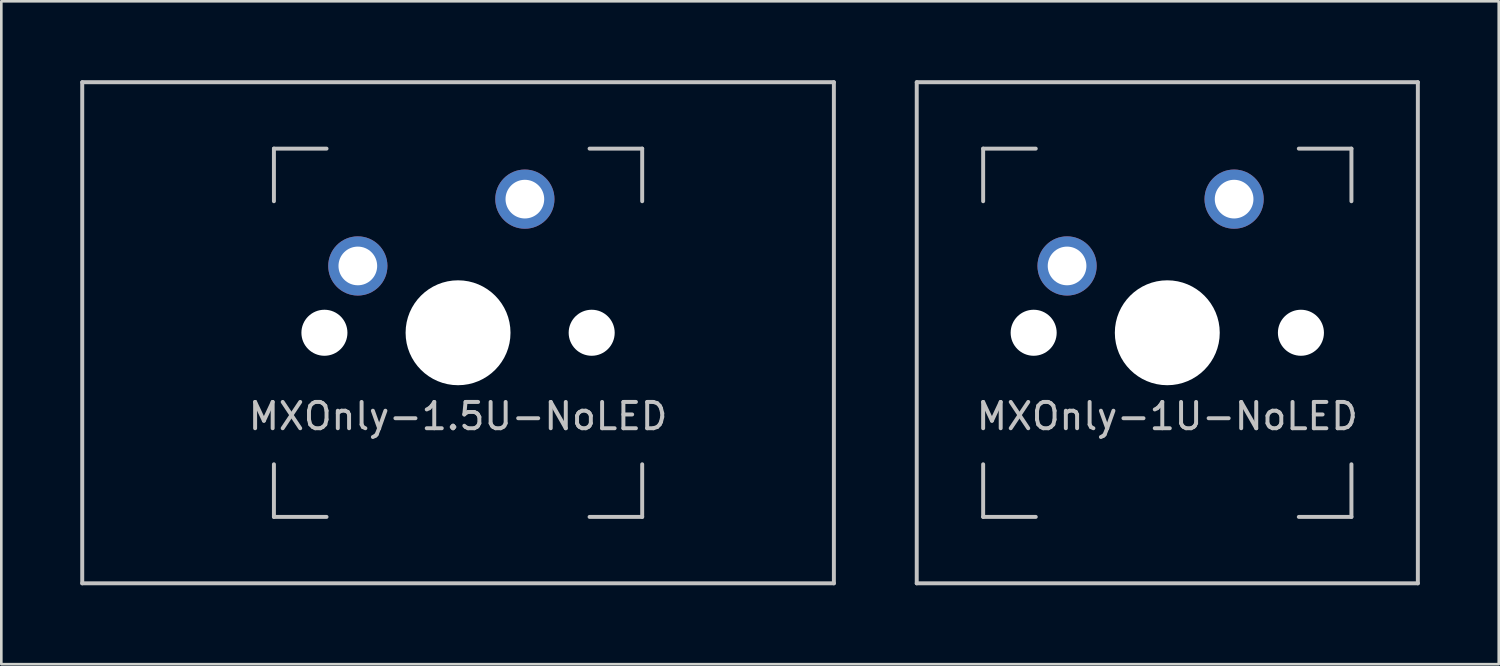
<source format=kicad_pcb>
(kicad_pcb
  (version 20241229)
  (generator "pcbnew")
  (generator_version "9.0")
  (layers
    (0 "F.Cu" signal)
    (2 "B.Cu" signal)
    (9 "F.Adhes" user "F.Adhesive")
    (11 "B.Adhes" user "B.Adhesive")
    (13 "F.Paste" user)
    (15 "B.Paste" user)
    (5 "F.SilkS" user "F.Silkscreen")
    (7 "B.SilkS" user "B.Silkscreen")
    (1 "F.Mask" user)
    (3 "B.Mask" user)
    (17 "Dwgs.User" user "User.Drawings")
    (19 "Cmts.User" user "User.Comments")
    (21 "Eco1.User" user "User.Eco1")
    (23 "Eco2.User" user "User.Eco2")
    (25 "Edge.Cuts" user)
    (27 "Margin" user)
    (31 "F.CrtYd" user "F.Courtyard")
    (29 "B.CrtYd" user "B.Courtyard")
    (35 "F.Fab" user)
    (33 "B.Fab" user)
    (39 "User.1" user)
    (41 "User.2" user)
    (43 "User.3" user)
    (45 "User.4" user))
  (footprint "MXOnly-1U-NoLED"
    (layer "F.Cu")
    (at 41.325 9.6)
    (property "Reference" "MXOnly-1U-NoLED" (at 0 3.175 0) (layer "Dwgs.User") (effects (font (size 1 1) (thickness 0.15))))
    (attr through_hole)
    (fp_line (start -9.525 -9.525) (end 9.525 -9.525) (stroke (width 0.15) (type solid)) (layer "Dwgs.User"))
    (fp_line (start -9.525 9.525) (end -9.525 -9.525) (stroke (width 0.15) (type solid)) (layer "Dwgs.User"))
    (fp_line (start -7 -7) (end -7 -5) (stroke (width 0.15) (type solid)) (layer "Dwgs.User"))
    (fp_line (start -7 5) (end -7 7) (stroke (width 0.15) (type solid)) (layer "Dwgs.User"))
    (fp_line (start -7 7) (end -5 7) (stroke (width 0.15) (type solid)) (layer "Dwgs.User"))
    (fp_line (start -5 -7) (end -7 -7) (stroke (width 0.15) (type solid)) (layer "Dwgs.User"))
    (fp_line (start 5 -7) (end 7 -7) (stroke (width 0.15) (type solid)) (layer "Dwgs.User"))
    (fp_line (start 5 7) (end 7 7) (stroke (width 0.15) (type solid)) (layer "Dwgs.User"))
    (fp_line (start 7 -7) (end 7 -5) (stroke (width 0.15) (type solid)) (layer "Dwgs.User"))
    (fp_line (start 7 7) (end 7 5) (stroke (width 0.15) (type solid)) (layer "Dwgs.User"))
    (fp_line (start 9.525 -9.525) (end 9.525 9.525) (stroke (width 0.15) (type solid)) (layer "Dwgs.User"))
    (fp_line (start 9.525 9.525) (end -9.525 9.525) (stroke (width 0.15) (type solid)) (layer "Dwgs.User"))
    (fp_line (start -7 -7) (end 7 -7) (stroke (width 0.12) (type solid)) (layer "Eco2.User"))
    (fp_line (start -7 7) (end -7 -7) (stroke (width 0.12) (type solid)) (layer "Eco2.User"))
    (fp_line (start 7 -7) (end 7 7) (stroke (width 0.12) (type solid)) (layer "Eco2.User"))
    (fp_line (start 7 7) (end -7 7) (stroke (width 0.12) (type solid)) (layer "Eco2.User"))
    (pad "" np_thru_hole circle (at -5.08 0 48.1) (size 1.75 1.75) (drill 1.75) (layers "*.Cu" "*.Mask"))
    (pad "" np_thru_hole circle (at 0 0) (size 3.988 3.988) (drill 3.988) (layers "*.Cu" "*.Mask"))
    (pad "" np_thru_hole circle (at 5.08 0 48.1) (size 1.75 1.75) (drill 1.75) (layers "*.Cu" "*.Mask"))
    (pad "1" thru_hole circle (at -3.81 -2.54) (size 2.25 2.25) (drill 1.47) (layers "*.Cu" "B.Mask"))
    (pad "2" thru_hole circle (at 2.54 -5.08) (size 2.25 2.25) (drill 1.47) (layers "*.Cu" "B.Mask")))
  (footprint "MXOnly-1.5U-NoLED"
    (layer "F.Cu")
    (at 14.363 9.6)
    (property "Reference" "MXOnly-1.5U-NoLED" (at 0 3.175 0) (layer "Dwgs.User") (effects (font (size 1 1) (thickness 0.15))))
    (attr through_hole)
    (fp_line (start -14.287 -9.525) (end 14.287 -9.525) (stroke (width 0.15) (type solid)) (layer "Dwgs.User"))
    (fp_line (start -14.287 9.525) (end -14.287 -9.525) (stroke (width 0.15) (type solid)) (layer "Dwgs.User"))
    (fp_line (start -14.287 9.525) (end 14.287 9.525) (stroke (width 0.15) (type solid)) (layer "Dwgs.User"))
    (fp_line (start -7 -7) (end -7 -5) (stroke (width 0.15) (type solid)) (layer "Dwgs.User"))
    (fp_line (start -7 5) (end -7 7) (stroke (width 0.15) (type solid)) (layer "Dwgs.User"))
    (fp_line (start -7 7) (end -5 7) (stroke (width 0.15) (type solid)) (layer "Dwgs.User"))
    (fp_line (start -5 -7) (end -7 -7) (stroke (width 0.15) (type solid)) (layer "Dwgs.User"))
    (fp_line (start 5 -7) (end 7 -7) (stroke (width 0.15) (type solid)) (layer "Dwgs.User"))
    (fp_line (start 5 7) (end 7 7) (stroke (width 0.15) (type solid)) (layer "Dwgs.User"))
    (fp_line (start 7 -7) (end 7 -5) (stroke (width 0.15) (type solid)) (layer "Dwgs.User"))
    (fp_line (start 7 7) (end 7 5) (stroke (width 0.15) (type solid)) (layer "Dwgs.User"))
    (fp_line (start 14.287 -9.525) (end 14.287 9.525) (stroke (width 0.15) (type solid)) (layer "Dwgs.User"))
    (fp_line (start -7 -7) (end 7 -7) (stroke (width 0.12) (type solid)) (layer "Eco2.User"))
    (fp_line (start -7 7) (end -7 -7) (stroke (width 0.12) (type solid)) (layer "Eco2.User"))
    (fp_line (start 7 -7) (end 7 7) (stroke (width 0.12) (type solid)) (layer "Eco2.User"))
    (fp_line (start 7 7) (end -7 7) (stroke (width 0.12) (type solid)) (layer "Eco2.User"))
    (pad "" np_thru_hole circle (at -5.08 0 48.1) (size 1.75 1.75) (drill 1.75) (layers "*.Cu" "*.Mask"))
    (pad "" np_thru_hole circle (at 0 0) (size 3.988 3.988) (drill 3.988) (layers "*.Cu" "*.Mask"))
    (pad "" np_thru_hole circle (at 5.08 0 48.1) (size 1.75 1.75) (drill 1.75) (layers "*.Cu" "*.Mask"))
    (pad "1" thru_hole circle (at -3.81 -2.54) (size 2.25 2.25) (drill 1.47) (layers "*.Cu" "B.Mask"))
    (pad "2" thru_hole circle (at 2.54 -5.08) (size 2.25 2.25) (drill 1.47) (layers "*.Cu" "B.Mask")))
  (gr_rect
    (start -3 -3)
    (end 53.925 22.2)
    (stroke (width 0.1) (type default))
    (fill no)
    (layer "Edge.Cuts")))
</source>
